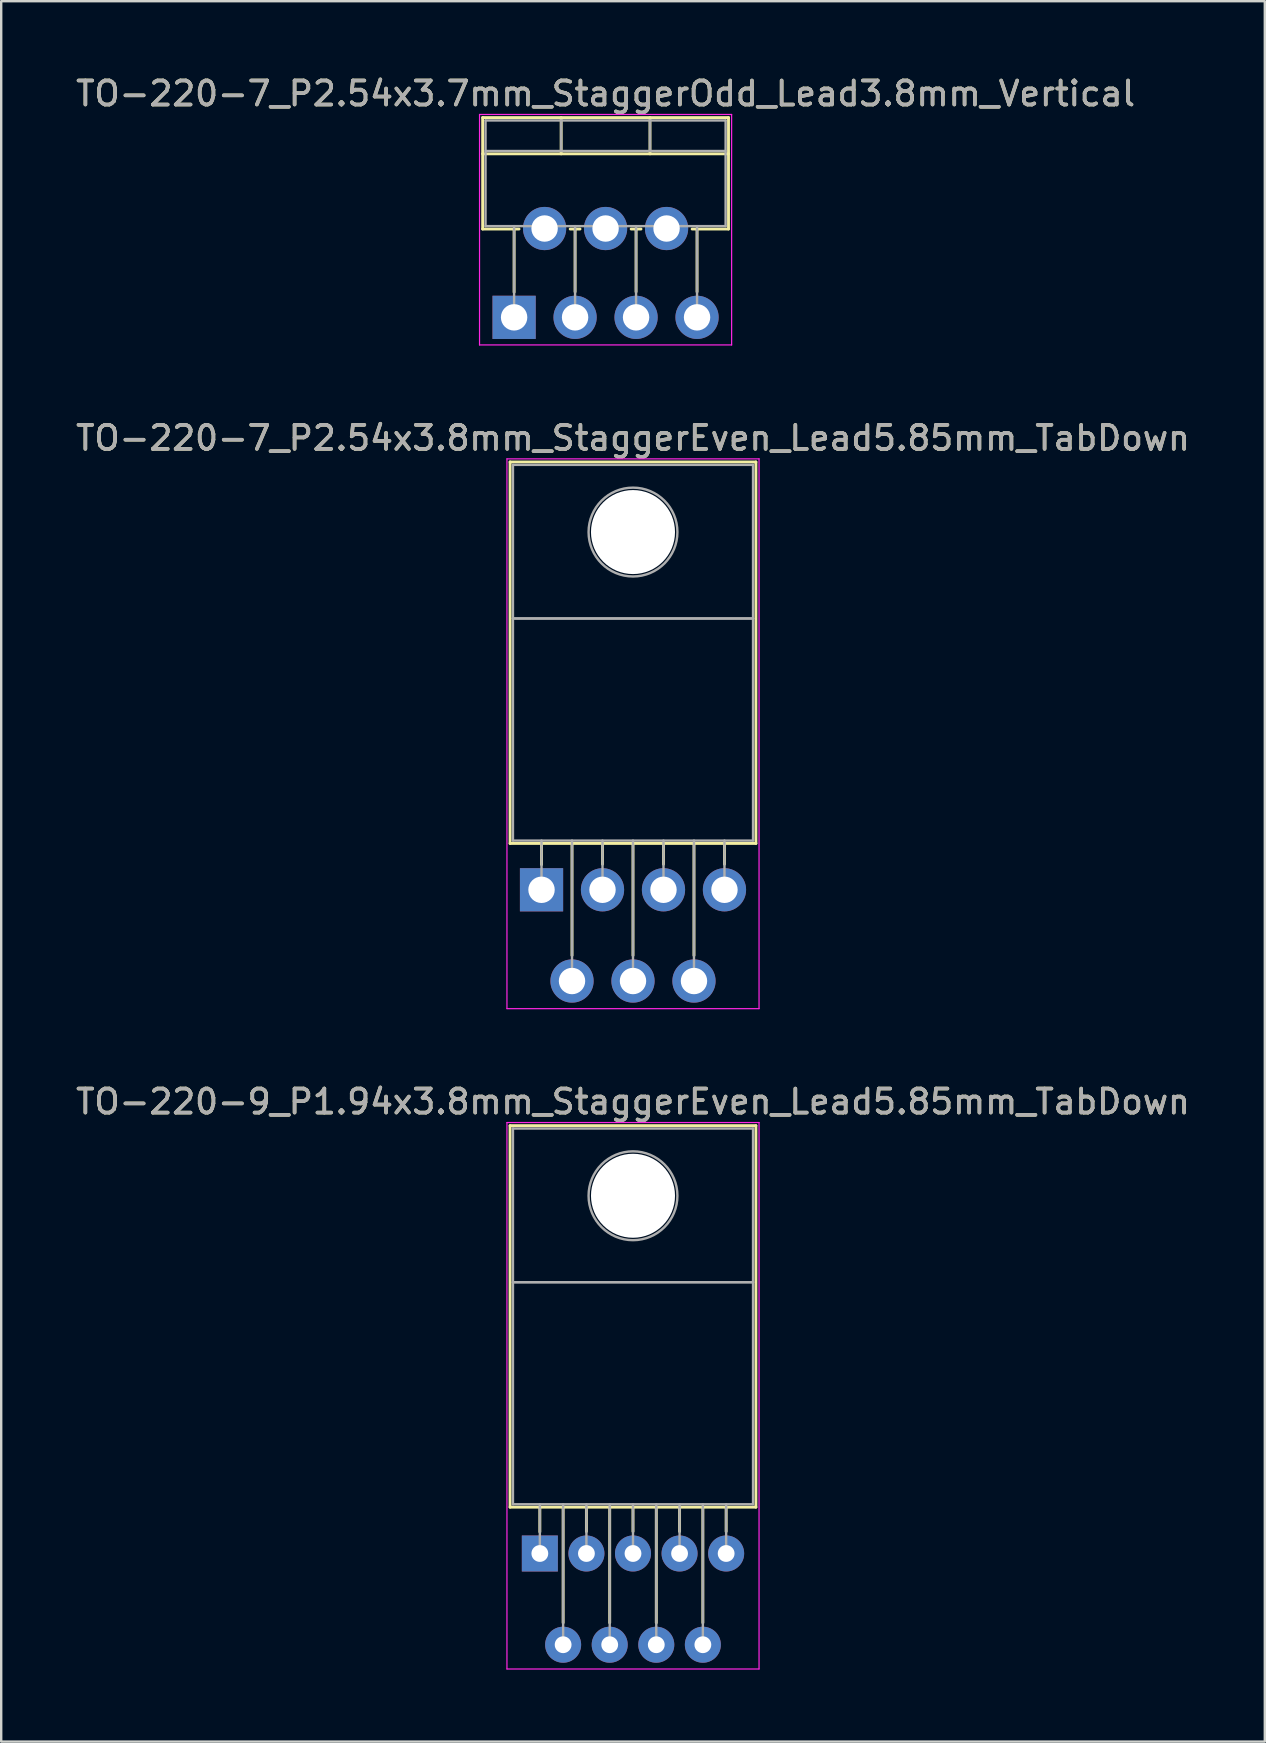
<source format=kicad_pcb>
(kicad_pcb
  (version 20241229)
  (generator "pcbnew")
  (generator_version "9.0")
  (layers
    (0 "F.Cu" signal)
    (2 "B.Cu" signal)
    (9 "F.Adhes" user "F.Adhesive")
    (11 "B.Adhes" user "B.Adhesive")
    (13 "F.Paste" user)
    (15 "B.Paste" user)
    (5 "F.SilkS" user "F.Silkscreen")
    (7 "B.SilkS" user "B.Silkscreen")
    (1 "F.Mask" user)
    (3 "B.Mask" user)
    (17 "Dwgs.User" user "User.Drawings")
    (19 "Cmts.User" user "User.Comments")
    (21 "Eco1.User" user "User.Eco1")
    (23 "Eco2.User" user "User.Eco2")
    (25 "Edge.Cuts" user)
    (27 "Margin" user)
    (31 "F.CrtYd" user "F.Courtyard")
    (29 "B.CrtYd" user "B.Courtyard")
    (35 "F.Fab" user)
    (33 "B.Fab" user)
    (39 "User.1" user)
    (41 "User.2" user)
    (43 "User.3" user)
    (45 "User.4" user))
  (footprint "TO-220-7_P2.54x3.8mm_StaggerEven_Lead5.85mm_TabDown"
    (layer "F.Cu")
    (at 19.505 34.011)
    (property "Reference" "TO-220-7_P2.54x3.8mm_StaggerEven_Lead5.85mm_TabDown" (at 3.81 -18.82 0) (layer "F.SilkS") (effects (font (size 1 1) (thickness 0.15))))
    (attr through_hole)
    (fp_line (start -1.31 -17.82) (end -1.31 -1.93) (stroke (width 0.12) (type solid)) (layer "F.SilkS"))
    (fp_line (start -1.31 -17.82) (end 8.93 -17.82) (stroke (width 0.12) (type solid)) (layer "F.SilkS"))
    (fp_line (start -1.31 -1.93) (end 8.93 -1.93) (stroke (width 0.12) (type solid)) (layer "F.SilkS"))
    (fp_line (start 0 -1.93) (end 0 -1.05) (stroke (width 0.12) (type solid)) (layer "F.SilkS"))
    (fp_line (start 1.27 -1.93) (end 1.27 2.735) (stroke (width 0.12) (type solid)) (layer "F.SilkS"))
    (fp_line (start 2.54 -1.93) (end 2.54 -1.066) (stroke (width 0.12) (type solid)) (layer "F.SilkS"))
    (fp_line (start 3.81 -1.93) (end 3.81 2.735) (stroke (width 0.12) (type solid)) (layer "F.SilkS"))
    (fp_line (start 5.08 -1.93) (end 5.08 -1.066) (stroke (width 0.12) (type solid)) (layer "F.SilkS"))
    (fp_line (start 6.35 -1.93) (end 6.35 2.735) (stroke (width 0.12) (type solid)) (layer "F.SilkS"))
    (fp_line (start 7.62 -1.93) (end 7.62 -1.066) (stroke (width 0.12) (type solid)) (layer "F.SilkS"))
    (fp_line (start 8.93 -17.82) (end 8.93 -1.93) (stroke (width 0.12) (type solid)) (layer "F.SilkS"))
    (fp_line (start -1.44 -17.95) (end -1.44 4.95) (stroke (width 0.05) (type solid)) (layer "F.CrtYd"))
    (fp_line (start -1.44 4.95) (end 9.06 4.95) (stroke (width 0.05) (type solid)) (layer "F.CrtYd"))
    (fp_line (start 9.06 -17.95) (end -1.44 -17.95) (stroke (width 0.05) (type solid)) (layer "F.CrtYd"))
    (fp_line (start 9.06 4.95) (end 9.06 -17.95) (stroke (width 0.05) (type solid)) (layer "F.CrtYd"))
    (fp_line (start -1.19 -17.7) (end 8.81 -17.7) (stroke (width 0.1) (type solid)) (layer "F.Fab"))
    (fp_line (start -1.19 -11.3) (end -1.19 -17.7) (stroke (width 0.1) (type solid)) (layer "F.Fab"))
    (fp_line (start -1.19 -11.3) (end 8.81 -11.3) (stroke (width 0.1) (type solid)) (layer "F.Fab"))
    (fp_line (start -1.19 -2.05) (end -1.19 -11.3) (stroke (width 0.1) (type solid)) (layer "F.Fab"))
    (fp_line (start 0 -2.05) (end 0 0) (stroke (width 0.1) (type solid)) (layer "F.Fab"))
    (fp_line (start 1.27 -2.05) (end 1.27 3.8) (stroke (width 0.1) (type solid)) (layer "F.Fab"))
    (fp_line (start 2.54 -2.05) (end 2.54 0) (stroke (width 0.1) (type solid)) (layer "F.Fab"))
    (fp_line (start 3.81 -2.05) (end 3.81 3.8) (stroke (width 0.1) (type solid)) (layer "F.Fab"))
    (fp_line (start 5.08 -2.05) (end 5.08 0) (stroke (width 0.1) (type solid)) (layer "F.Fab"))
    (fp_line (start 6.35 -2.05) (end 6.35 3.8) (stroke (width 0.1) (type solid)) (layer "F.Fab"))
    (fp_line (start 7.62 -2.05) (end 7.62 0) (stroke (width 0.1) (type solid)) (layer "F.Fab"))
    (fp_line (start 8.81 -17.7) (end 8.81 -11.3) (stroke (width 0.1) (type solid)) (layer "F.Fab"))
    (fp_line (start 8.81 -11.3) (end -1.19 -11.3) (stroke (width 0.1) (type solid)) (layer "F.Fab"))
    (fp_line (start 8.81 -11.3) (end 8.81 -2.05) (stroke (width 0.1) (type solid)) (layer "F.Fab"))
    (fp_line (start 8.81 -2.05) (end -1.19 -2.05) (stroke (width 0.1) (type solid)) (layer "F.Fab"))
    (fp_circle (center 3.81 -14.9) (end 5.66 -14.9) (stroke (width 0.1) (type solid)) (fill no) (layer "F.Fab"))
    (fp_text user "${REFERENCE}" (at 3.81 -18.82 0) (layer "F.Fab") (effects (font (size 1 1) (thickness 0.15))))
    (pad "" np_thru_hole oval (at 3.81 -14.9) (size 3.5 3.5) (drill 3.5) (layers "*.Cu" "*.Mask"))
    (pad "1" thru_hole rect (at 0 0) (size 1.8 1.8) (drill 1.1) (layers "*.Cu" "*.Mask"))
    (pad "2" thru_hole oval (at 1.27 3.8) (size 1.8 1.8) (drill 1.1) (layers "*.Cu" "*.Mask"))
    (pad "3" thru_hole oval (at 2.54 0) (size 1.8 1.8) (drill 1.1) (layers "*.Cu" "*.Mask"))
    (pad "4" thru_hole oval (at 3.81 3.8) (size 1.8 1.8) (drill 1.1) (layers "*.Cu" "*.Mask"))
    (pad "5" thru_hole oval (at 5.08 0) (size 1.8 1.8) (drill 1.1) (layers "*.Cu" "*.Mask"))
    (pad "6" thru_hole oval (at 6.35 3.8) (size 1.8 1.8) (drill 1.1) (layers "*.Cu" "*.Mask"))
    (pad "7" thru_hole oval (at 7.62 0) (size 1.8 1.8) (drill 1.1) (layers "*.Cu" "*.Mask")))
  (footprint "TO-220-7_P2.54x3.7mm_StaggerOdd_Lead3.8mm_Vertical"
    (layer "F.Cu")
    (at 18.363 10.168)
    (property "Reference" "TO-220-7_P2.54x3.7mm_StaggerOdd_Lead3.8mm_Vertical" (at 3.81 -9.32 0) (layer "F.SilkS") (effects (font (size 1 1) (thickness 0.15))))
    (attr through_hole)
    (fp_line (start -1.31 -8.32) (end -1.31 -3.679) (stroke (width 0.12) (type solid)) (layer "F.SilkS"))
    (fp_line (start -1.31 -8.32) (end 8.93 -8.32) (stroke (width 0.12) (type solid)) (layer "F.SilkS"))
    (fp_line (start -1.31 -6.811) (end 8.93 -6.811) (stroke (width 0.12) (type solid)) (layer "F.SilkS"))
    (fp_line (start -1.31 -3.679) (end 0.205 -3.679) (stroke (width 0.12) (type solid)) (layer "F.SilkS"))
    (fp_line (start 0 -3.679) (end 0 -1.049) (stroke (width 0.12) (type solid)) (layer "F.SilkS"))
    (fp_line (start 1.96 -8.32) (end 1.96 -6.811) (stroke (width 0.12) (type solid)) (layer "F.SilkS"))
    (fp_line (start 2.336 -3.679) (end 2.745 -3.679) (stroke (width 0.12) (type solid)) (layer "F.SilkS"))
    (fp_line (start 2.54 -3.679) (end 2.54 -1.065) (stroke (width 0.12) (type solid)) (layer "F.SilkS"))
    (fp_line (start 4.875 -3.679) (end 5.285 -3.679) (stroke (width 0.12) (type solid)) (layer "F.SilkS"))
    (fp_line (start 5.08 -3.679) (end 5.08 -1.065) (stroke (width 0.12) (type solid)) (layer "F.SilkS"))
    (fp_line (start 5.66 -8.32) (end 5.66 -6.811) (stroke (width 0.12) (type solid)) (layer "F.SilkS"))
    (fp_line (start 7.415 -3.679) (end 8.93 -3.679) (stroke (width 0.12) (type solid)) (layer "F.SilkS"))
    (fp_line (start 7.62 -3.679) (end 7.62 -1.065) (stroke (width 0.12) (type solid)) (layer "F.SilkS"))
    (fp_line (start 8.93 -8.32) (end 8.93 -3.679) (stroke (width 0.12) (type solid)) (layer "F.SilkS"))
    (fp_line (start -1.44 -8.45) (end -1.44 1.15) (stroke (width 0.05) (type solid)) (layer "F.CrtYd"))
    (fp_line (start -1.44 1.15) (end 9.06 1.15) (stroke (width 0.05) (type solid)) (layer "F.CrtYd"))
    (fp_line (start 9.06 -8.45) (end -1.44 -8.45) (stroke (width 0.05) (type solid)) (layer "F.CrtYd"))
    (fp_line (start 9.06 1.15) (end 9.06 -8.45) (stroke (width 0.05) (type solid)) (layer "F.CrtYd"))
    (fp_line (start -1.19 -8.2) (end -1.19 -3.8) (stroke (width 0.1) (type solid)) (layer "F.Fab"))
    (fp_line (start -1.19 -6.93) (end 8.81 -6.93) (stroke (width 0.1) (type solid)) (layer "F.Fab"))
    (fp_line (start -1.19 -3.8) (end 8.81 -3.8) (stroke (width 0.1) (type solid)) (layer "F.Fab"))
    (fp_line (start 0 -3.8) (end 0 0) (stroke (width 0.1) (type solid)) (layer "F.Fab"))
    (fp_line (start 1.27 -3.8) (end 1.27 -3.7) (stroke (width 0.1) (type solid)) (layer "F.Fab"))
    (fp_line (start 1.96 -8.2) (end 1.96 -6.93) (stroke (width 0.1) (type solid)) (layer "F.Fab"))
    (fp_line (start 2.54 -3.8) (end 2.54 0) (stroke (width 0.1) (type solid)) (layer "F.Fab"))
    (fp_line (start 3.81 -3.8) (end 3.81 -3.7) (stroke (width 0.1) (type solid)) (layer "F.Fab"))
    (fp_line (start 5.08 -3.8) (end 5.08 0) (stroke (width 0.1) (type solid)) (layer "F.Fab"))
    (fp_line (start 5.66 -8.2) (end 5.66 -6.93) (stroke (width 0.1) (type solid)) (layer "F.Fab"))
    (fp_line (start 6.35 -3.8) (end 6.35 -3.7) (stroke (width 0.1) (type solid)) (layer "F.Fab"))
    (fp_line (start 7.62 -3.8) (end 7.62 0) (stroke (width 0.1) (type solid)) (layer "F.Fab"))
    (fp_line (start 8.81 -8.2) (end -1.19 -8.2) (stroke (width 0.1) (type solid)) (layer "F.Fab"))
    (fp_line (start 8.81 -3.8) (end 8.81 -8.2) (stroke (width 0.1) (type solid)) (layer "F.Fab"))
    (fp_text user "${REFERENCE}" (at 3.81 -9.32 0) (layer "F.Fab") (effects (font (size 1 1) (thickness 0.15))))
    (pad "1" thru_hole rect (at 0 0) (size 1.8 1.8) (drill 1.1) (layers "*.Cu" "*.Mask"))
    (pad "2" thru_hole oval (at 1.27 -3.7) (size 1.8 1.8) (drill 1.1) (layers "*.Cu" "*.Mask"))
    (pad "3" thru_hole oval (at 2.54 0) (size 1.8 1.8) (drill 1.1) (layers "*.Cu" "*.Mask"))
    (pad "4" thru_hole oval (at 3.81 -3.7) (size 1.8 1.8) (drill 1.1) (layers "*.Cu" "*.Mask"))
    (pad "5" thru_hole oval (at 5.08 0) (size 1.8 1.8) (drill 1.1) (layers "*.Cu" "*.Mask"))
    (pad "6" thru_hole oval (at 6.35 -3.7) (size 1.8 1.8) (drill 1.1) (layers "*.Cu" "*.Mask"))
    (pad "7" thru_hole oval (at 7.62 0) (size 1.8 1.8) (drill 1.1) (layers "*.Cu" "*.Mask")))
  (footprint "TO-220-9_P1.94x3.8mm_StaggerEven_Lead5.85mm_TabDown"
    (layer "F.Cu")
    (at 19.435 61.655)
    (property "Reference" "TO-220-9_P1.94x3.8mm_StaggerEven_Lead5.85mm_TabDown" (at 3.88 -18.82 0) (layer "F.SilkS") (effects (font (size 1 1) (thickness 0.15))))
    (attr through_hole)
    (fp_line (start -1.241 -17.82) (end -1.241 -1.93) (stroke (width 0.12) (type solid)) (layer "F.SilkS"))
    (fp_line (start -1.241 -17.82) (end 9 -17.82) (stroke (width 0.12) (type solid)) (layer "F.SilkS"))
    (fp_line (start -1.241 -1.93) (end 9 -1.93) (stroke (width 0.12) (type solid)) (layer "F.SilkS"))
    (fp_line (start 0 -1.93) (end 0 -0.9) (stroke (width 0.12) (type solid)) (layer "F.SilkS"))
    (fp_line (start 0.97 -1.93) (end 0.97 2.885) (stroke (width 0.12) (type solid)) (layer "F.SilkS"))
    (fp_line (start 1.94 -1.93) (end 1.94 -0.916) (stroke (width 0.12) (type solid)) (layer "F.SilkS"))
    (fp_line (start 2.91 -1.93) (end 2.91 2.885) (stroke (width 0.12) (type solid)) (layer "F.SilkS"))
    (fp_line (start 3.88 -1.93) (end 3.88 -0.916) (stroke (width 0.12) (type solid)) (layer "F.SilkS"))
    (fp_line (start 4.85 -1.93) (end 4.85 2.885) (stroke (width 0.12) (type solid)) (layer "F.SilkS"))
    (fp_line (start 5.82 -1.93) (end 5.82 -0.916) (stroke (width 0.12) (type solid)) (layer "F.SilkS"))
    (fp_line (start 6.79 -1.93) (end 6.79 2.885) (stroke (width 0.12) (type solid)) (layer "F.SilkS"))
    (fp_line (start 7.76 -1.93) (end 7.76 -0.916) (stroke (width 0.12) (type solid)) (layer "F.SilkS"))
    (fp_line (start 9 -17.82) (end 9 -1.93) (stroke (width 0.12) (type solid)) (layer "F.SilkS"))
    (fp_line (start -1.37 -17.95) (end -1.37 4.81) (stroke (width 0.05) (type solid)) (layer "F.CrtYd"))
    (fp_line (start -1.37 4.81) (end 9.13 4.81) (stroke (width 0.05) (type solid)) (layer "F.CrtYd"))
    (fp_line (start 9.13 -17.95) (end -1.37 -17.95) (stroke (width 0.05) (type solid)) (layer "F.CrtYd"))
    (fp_line (start 9.13 4.81) (end 9.13 -17.95) (stroke (width 0.05) (type solid)) (layer "F.CrtYd"))
    (fp_line (start -1.12 -17.7) (end 8.88 -17.7) (stroke (width 0.1) (type solid)) (layer "F.Fab"))
    (fp_line (start -1.12 -11.3) (end -1.12 -17.7) (stroke (width 0.1) (type solid)) (layer "F.Fab"))
    (fp_line (start -1.12 -11.3) (end 8.88 -11.3) (stroke (width 0.1) (type solid)) (layer "F.Fab"))
    (fp_line (start -1.12 -2.05) (end -1.12 -11.3) (stroke (width 0.1) (type solid)) (layer "F.Fab"))
    (fp_line (start 0 -2.05) (end 0 0) (stroke (width 0.1) (type solid)) (layer "F.Fab"))
    (fp_line (start 0.97 -2.05) (end 0.97 3.8) (stroke (width 0.1) (type solid)) (layer "F.Fab"))
    (fp_line (start 1.94 -2.05) (end 1.94 0) (stroke (width 0.1) (type solid)) (layer "F.Fab"))
    (fp_line (start 2.91 -2.05) (end 2.91 3.8) (stroke (width 0.1) (type solid)) (layer "F.Fab"))
    (fp_line (start 3.88 -2.05) (end 3.88 0) (stroke (width 0.1) (type solid)) (layer "F.Fab"))
    (fp_line (start 4.85 -2.05) (end 4.85 3.8) (stroke (width 0.1) (type solid)) (layer "F.Fab"))
    (fp_line (start 5.82 -2.05) (end 5.82 0) (stroke (width 0.1) (type solid)) (layer "F.Fab"))
    (fp_line (start 6.79 -2.05) (end 6.79 3.8) (stroke (width 0.1) (type solid)) (layer "F.Fab"))
    (fp_line (start 7.76 -2.05) (end 7.76 0) (stroke (width 0.1) (type solid)) (layer "F.Fab"))
    (fp_line (start 8.88 -17.7) (end 8.88 -11.3) (stroke (width 0.1) (type solid)) (layer "F.Fab"))
    (fp_line (start 8.88 -11.3) (end -1.12 -11.3) (stroke (width 0.1) (type solid)) (layer "F.Fab"))
    (fp_line (start 8.88 -11.3) (end 8.88 -2.05) (stroke (width 0.1) (type solid)) (layer "F.Fab"))
    (fp_line (start 8.88 -2.05) (end -1.12 -2.05) (stroke (width 0.1) (type solid)) (layer "F.Fab"))
    (fp_circle (center 3.88 -14.9) (end 5.73 -14.9) (stroke (width 0.1) (type solid)) (fill no) (layer "F.Fab"))
    (fp_text user "${REFERENCE}" (at 3.88 -18.82 0) (layer "F.Fab") (effects (font (size 1 1) (thickness 0.15))))
    (pad "" np_thru_hole oval (at 3.88 -14.9) (size 3.5 3.5) (drill 3.5) (layers "*.Cu" "*.Mask"))
    (pad "1" thru_hole rect (at 0 0) (size 1.5 1.5) (drill 0.7) (layers "*.Cu" "*.Mask"))
    (pad "2" thru_hole oval (at 0.97 3.8) (size 1.5 1.5) (drill 0.7) (layers "*.Cu" "*.Mask"))
    (pad "3" thru_hole oval (at 1.94 0) (size 1.5 1.5) (drill 0.7) (layers "*.Cu" "*.Mask"))
    (pad "4" thru_hole oval (at 2.91 3.8) (size 1.5 1.5) (drill 0.7) (layers "*.Cu" "*.Mask"))
    (pad "5" thru_hole oval (at 3.88 0) (size 1.5 1.5) (drill 0.7) (layers "*.Cu" "*.Mask"))
    (pad "6" thru_hole oval (at 4.85 3.8) (size 1.5 1.5) (drill 0.7) (layers "*.Cu" "*.Mask"))
    (pad "7" thru_hole oval (at 5.82 0) (size 1.5 1.5) (drill 0.7) (layers "*.Cu" "*.Mask"))
    (pad "8" thru_hole oval (at 6.79 3.8) (size 1.5 1.5) (drill 0.7) (layers "*.Cu" "*.Mask"))
    (pad "9" thru_hole oval (at 7.76 0) (size 1.5 1.5) (drill 0.7) (layers "*.Cu" "*.Mask")))
  (gr_rect
    (start -3 -3)
    (end 49.631 69.49)
    (stroke (width 0.1) (type default))
    (fill no)
    (layer "Edge.Cuts")))
</source>
